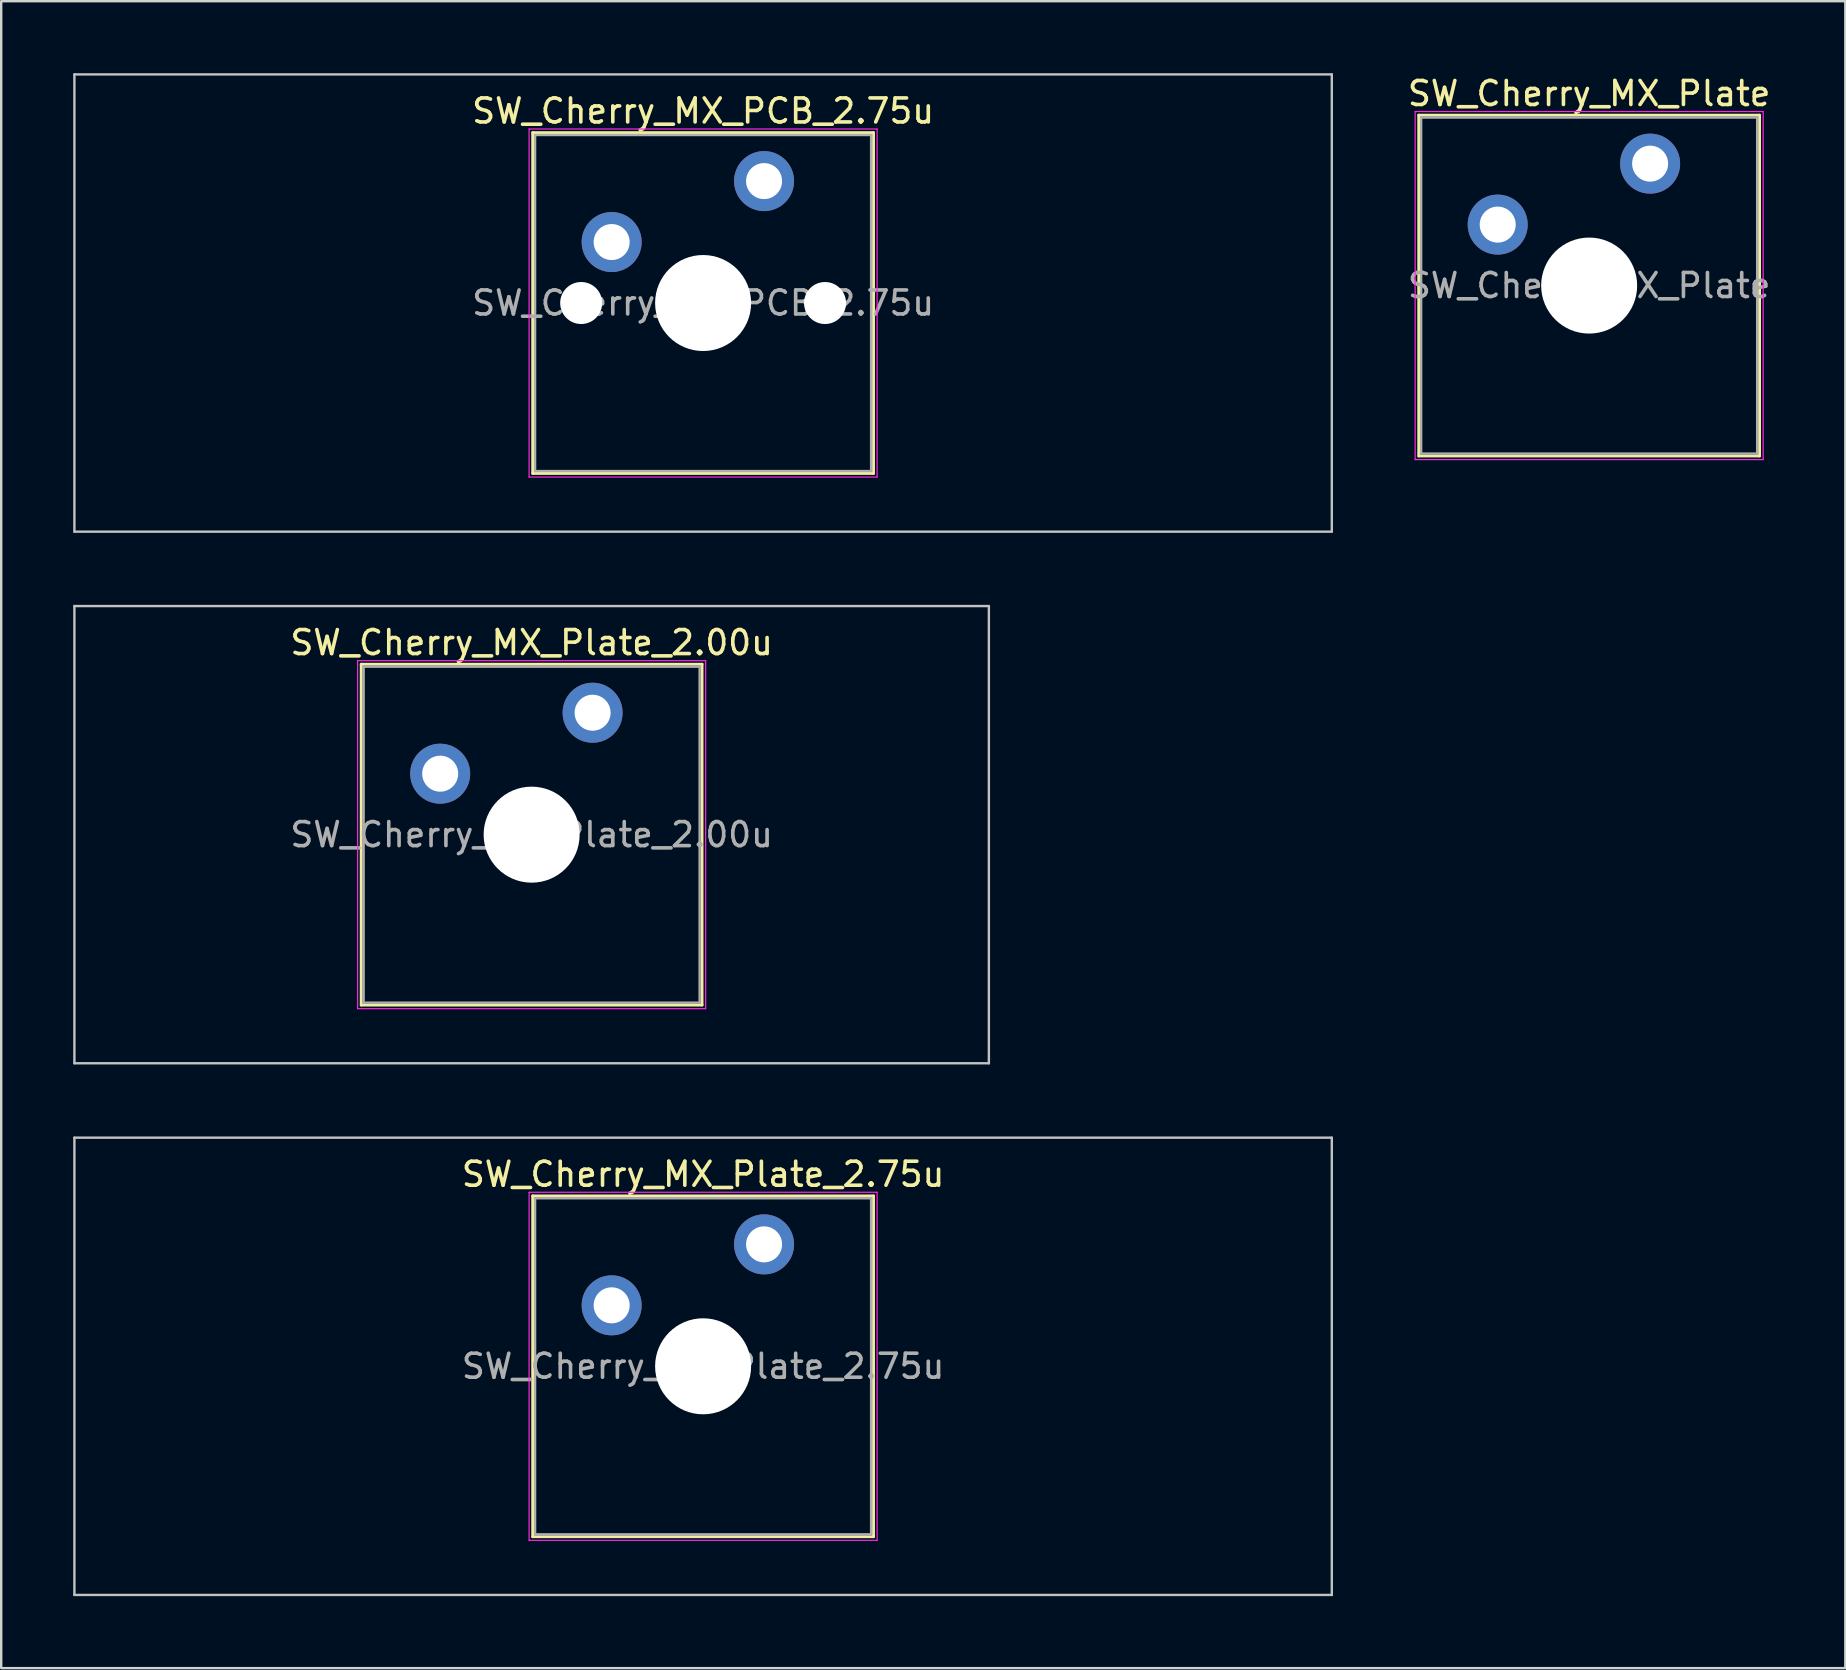
<source format=kicad_pcb>
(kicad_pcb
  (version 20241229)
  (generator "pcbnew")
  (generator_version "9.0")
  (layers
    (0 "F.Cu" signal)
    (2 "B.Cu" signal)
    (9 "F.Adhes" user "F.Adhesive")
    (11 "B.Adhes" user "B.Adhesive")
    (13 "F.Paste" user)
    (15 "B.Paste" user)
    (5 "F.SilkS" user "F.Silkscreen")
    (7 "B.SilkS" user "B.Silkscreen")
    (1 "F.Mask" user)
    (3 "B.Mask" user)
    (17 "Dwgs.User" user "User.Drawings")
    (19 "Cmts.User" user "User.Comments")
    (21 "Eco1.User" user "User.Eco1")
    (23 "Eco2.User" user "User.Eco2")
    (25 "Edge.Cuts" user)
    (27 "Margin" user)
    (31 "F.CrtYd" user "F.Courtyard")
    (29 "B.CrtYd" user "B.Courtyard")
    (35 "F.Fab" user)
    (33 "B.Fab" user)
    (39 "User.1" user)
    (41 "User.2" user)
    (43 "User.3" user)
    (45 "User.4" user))
  (footprint "SW_Cherry_MX_PCB_2.75u"
    (layer "F.Cu")
    (at 26.244 9.575)
    (property "Reference" "SW_Cherry_MX_PCB_2.75u" (at 0 -8 0) (layer "F.SilkS") (effects (font (size 1 1) (thickness 0.15))))
    (attr through_hole)
    (fp_line (start -7.1 -7.1) (end -7.1 7.1) (stroke (width 0.12) (type solid)) (layer "F.SilkS"))
    (fp_line (start -7.1 7.1) (end 7.1 7.1) (stroke (width 0.12) (type solid)) (layer "F.SilkS"))
    (fp_line (start 7.1 -7.1) (end -7.1 -7.1) (stroke (width 0.12) (type solid)) (layer "F.SilkS"))
    (fp_line (start 7.1 7.1) (end 7.1 -7.1) (stroke (width 0.12) (type solid)) (layer "F.SilkS"))
    (fp_line (start -26.194 -9.525) (end -26.194 9.525) (stroke (width 0.1) (type solid)) (layer "Dwgs.User"))
    (fp_line (start -26.194 9.525) (end 26.194 9.525) (stroke (width 0.1) (type solid)) (layer "Dwgs.User"))
    (fp_line (start 26.194 -9.525) (end -26.194 -9.525) (stroke (width 0.1) (type solid)) (layer "Dwgs.User"))
    (fp_line (start 26.194 9.525) (end 26.194 -9.525) (stroke (width 0.1) (type solid)) (layer "Dwgs.User"))
    (fp_line (start -7 -7) (end -7 7) (stroke (width 0.1) (type solid)) (layer "Eco1.User"))
    (fp_line (start -7 7) (end 7 7) (stroke (width 0.1) (type solid)) (layer "Eco1.User"))
    (fp_line (start 7 -7) (end -7 -7) (stroke (width 0.1) (type solid)) (layer "Eco1.User"))
    (fp_line (start 7 7) (end 7 -7) (stroke (width 0.1) (type solid)) (layer "Eco1.User"))
    (fp_line (start -7.25 -7.25) (end -7.25 7.25) (stroke (width 0.05) (type solid)) (layer "F.CrtYd"))
    (fp_line (start -7.25 7.25) (end 7.25 7.25) (stroke (width 0.05) (type solid)) (layer "F.CrtYd"))
    (fp_line (start 7.25 -7.25) (end -7.25 -7.25) (stroke (width 0.05) (type solid)) (layer "F.CrtYd"))
    (fp_line (start 7.25 7.25) (end 7.25 -7.25) (stroke (width 0.05) (type solid)) (layer "F.CrtYd"))
    (fp_line (start -7 -7) (end -7 7) (stroke (width 0.1) (type solid)) (layer "F.Fab"))
    (fp_line (start -7 7) (end 7 7) (stroke (width 0.1) (type solid)) (layer "F.Fab"))
    (fp_line (start 7 -7) (end -7 -7) (stroke (width 0.1) (type solid)) (layer "F.Fab"))
    (fp_line (start 7 7) (end 7 -7) (stroke (width 0.1) (type solid)) (layer "F.Fab"))
    (fp_text user "${REFERENCE}" (at 0 0 0) (layer "F.Fab") (effects (font (size 1 1) (thickness 0.15))))
    (pad "" np_thru_hole circle (at -5.08 0) (size 1.75 1.75) (drill 1.75) (layers "*.Cu" "*.Mask"))
    (pad "" smd circle (at -3.81 -2.54) (size 1.55 1.55) (layers "F.Mask"))
    (pad "" np_thru_hole circle (at 0 0) (size 4 4) (drill 4) (layers "*.Cu" "*.Mask"))
    (pad "" smd circle (at 2.54 -5.08) (size 1.55 1.55) (layers "F.Mask"))
    (pad "" np_thru_hole circle (at 5.08 0) (size 1.75 1.75) (drill 1.75) (layers "*.Cu" "*.Mask"))
    (pad "1" thru_hole circle (at -3.81 -2.54) (size 2.5 2.5) (drill 1.5) (layers "*.Cu" "B.Mask"))
    (pad "2" thru_hole circle (at 2.54 -5.08) (size 2.5 2.5) (drill 1.5) (layers "*.Cu" "B.Mask")))
  (footprint "SW_Cherry_MX_Plate_2.00u"
    (layer "F.Cu")
    (at 19.1 31.725)
    (property "Reference" "SW_Cherry_MX_Plate_2.00u" (at 0 -8 0) (layer "F.SilkS") (effects (font (size 1 1) (thickness 0.15))))
    (attr through_hole)
    (fp_line (start -7.1 -7.1) (end -7.1 7.1) (stroke (width 0.12) (type solid)) (layer "F.SilkS"))
    (fp_line (start -7.1 7.1) (end 7.1 7.1) (stroke (width 0.12) (type solid)) (layer "F.SilkS"))
    (fp_line (start 7.1 -7.1) (end -7.1 -7.1) (stroke (width 0.12) (type solid)) (layer "F.SilkS"))
    (fp_line (start 7.1 7.1) (end 7.1 -7.1) (stroke (width 0.12) (type solid)) (layer "F.SilkS"))
    (fp_line (start -19.05 -9.525) (end -19.05 9.525) (stroke (width 0.1) (type solid)) (layer "Dwgs.User"))
    (fp_line (start -19.05 9.525) (end 19.05 9.525) (stroke (width 0.1) (type solid)) (layer "Dwgs.User"))
    (fp_line (start 19.05 -9.525) (end -19.05 -9.525) (stroke (width 0.1) (type solid)) (layer "Dwgs.User"))
    (fp_line (start 19.05 9.525) (end 19.05 -9.525) (stroke (width 0.1) (type solid)) (layer "Dwgs.User"))
    (fp_line (start -7 -7) (end -7 7) (stroke (width 0.1) (type solid)) (layer "Eco1.User"))
    (fp_line (start -7 7) (end 7 7) (stroke (width 0.1) (type solid)) (layer "Eco1.User"))
    (fp_line (start 7 -7) (end -7 -7) (stroke (width 0.1) (type solid)) (layer "Eco1.User"))
    (fp_line (start 7 7) (end 7 -7) (stroke (width 0.1) (type solid)) (layer "Eco1.User"))
    (fp_line (start -7.25 -7.25) (end -7.25 7.25) (stroke (width 0.05) (type solid)) (layer "F.CrtYd"))
    (fp_line (start -7.25 7.25) (end 7.25 7.25) (stroke (width 0.05) (type solid)) (layer "F.CrtYd"))
    (fp_line (start 7.25 -7.25) (end -7.25 -7.25) (stroke (width 0.05) (type solid)) (layer "F.CrtYd"))
    (fp_line (start 7.25 7.25) (end 7.25 -7.25) (stroke (width 0.05) (type solid)) (layer "F.CrtYd"))
    (fp_line (start -7 -7) (end -7 7) (stroke (width 0.1) (type solid)) (layer "F.Fab"))
    (fp_line (start -7 7) (end 7 7) (stroke (width 0.1) (type solid)) (layer "F.Fab"))
    (fp_line (start 7 -7) (end -7 -7) (stroke (width 0.1) (type solid)) (layer "F.Fab"))
    (fp_line (start 7 7) (end 7 -7) (stroke (width 0.1) (type solid)) (layer "F.Fab"))
    (fp_text user "${REFERENCE}" (at 0 0 0) (layer "F.Fab") (effects (font (size 1 1) (thickness 0.15))))
    (pad "" smd circle (at -3.81 -2.54) (size 1.55 1.55) (layers "F.Mask"))
    (pad "" np_thru_hole circle (at 0 0) (size 4 4) (drill 4) (layers "*.Cu" "*.Mask"))
    (pad "" smd circle (at 2.54 -5.08) (size 1.55 1.55) (layers "F.Mask"))
    (pad "1" thru_hole circle (at -3.81 -2.54) (size 2.5 2.5) (drill 1.5) (layers "*.Cu" "B.Mask"))
    (pad "2" thru_hole circle (at 2.54 -5.08) (size 2.5 2.5) (drill 1.5) (layers "*.Cu" "B.Mask")))
  (footprint "SW_Cherry_MX_Plate_2.75u"
    (layer "F.Cu")
    (at 26.244 53.875)
    (property "Reference" "SW_Cherry_MX_Plate_2.75u" (at 0 -8 0) (layer "F.SilkS") (effects (font (size 1 1) (thickness 0.15))))
    (attr through_hole)
    (fp_line (start -7.1 -7.1) (end -7.1 7.1) (stroke (width 0.12) (type solid)) (layer "F.SilkS"))
    (fp_line (start -7.1 7.1) (end 7.1 7.1) (stroke (width 0.12) (type solid)) (layer "F.SilkS"))
    (fp_line (start 7.1 -7.1) (end -7.1 -7.1) (stroke (width 0.12) (type solid)) (layer "F.SilkS"))
    (fp_line (start 7.1 7.1) (end 7.1 -7.1) (stroke (width 0.12) (type solid)) (layer "F.SilkS"))
    (fp_line (start -26.194 -9.525) (end -26.194 9.525) (stroke (width 0.1) (type solid)) (layer "Dwgs.User"))
    (fp_line (start -26.194 9.525) (end 26.194 9.525) (stroke (width 0.1) (type solid)) (layer "Dwgs.User"))
    (fp_line (start 26.194 -9.525) (end -26.194 -9.525) (stroke (width 0.1) (type solid)) (layer "Dwgs.User"))
    (fp_line (start 26.194 9.525) (end 26.194 -9.525) (stroke (width 0.1) (type solid)) (layer "Dwgs.User"))
    (fp_line (start -7 -7) (end -7 7) (stroke (width 0.1) (type solid)) (layer "Eco1.User"))
    (fp_line (start -7 7) (end 7 7) (stroke (width 0.1) (type solid)) (layer "Eco1.User"))
    (fp_line (start 7 -7) (end -7 -7) (stroke (width 0.1) (type solid)) (layer "Eco1.User"))
    (fp_line (start 7 7) (end 7 -7) (stroke (width 0.1) (type solid)) (layer "Eco1.User"))
    (fp_line (start -7.25 -7.25) (end -7.25 7.25) (stroke (width 0.05) (type solid)) (layer "F.CrtYd"))
    (fp_line (start -7.25 7.25) (end 7.25 7.25) (stroke (width 0.05) (type solid)) (layer "F.CrtYd"))
    (fp_line (start 7.25 -7.25) (end -7.25 -7.25) (stroke (width 0.05) (type solid)) (layer "F.CrtYd"))
    (fp_line (start 7.25 7.25) (end 7.25 -7.25) (stroke (width 0.05) (type solid)) (layer "F.CrtYd"))
    (fp_line (start -7 -7) (end -7 7) (stroke (width 0.1) (type solid)) (layer "F.Fab"))
    (fp_line (start -7 7) (end 7 7) (stroke (width 0.1) (type solid)) (layer "F.Fab"))
    (fp_line (start 7 -7) (end -7 -7) (stroke (width 0.1) (type solid)) (layer "F.Fab"))
    (fp_line (start 7 7) (end 7 -7) (stroke (width 0.1) (type solid)) (layer "F.Fab"))
    (fp_text user "${REFERENCE}" (at 0 0 0) (layer "F.Fab") (effects (font (size 1 1) (thickness 0.15))))
    (pad "" smd circle (at -3.81 -2.54) (size 1.55 1.55) (layers "F.Mask"))
    (pad "" np_thru_hole circle (at 0 0) (size 4 4) (drill 4) (layers "*.Cu" "*.Mask"))
    (pad "" smd circle (at 2.54 -5.08) (size 1.55 1.55) (layers "F.Mask"))
    (pad "1" thru_hole circle (at -3.81 -2.54) (size 2.5 2.5) (drill 1.5) (layers "*.Cu" "B.Mask"))
    (pad "2" thru_hole circle (at 2.54 -5.08) (size 2.5 2.5) (drill 1.5) (layers "*.Cu" "B.Mask")))
  (footprint "SW_Cherry_MX_Plate"
    (layer "F.Cu")
    (at 63.16 8.848)
    (property "Reference" "SW_Cherry_MX_Plate" (at 0 -8 0) (layer "F.SilkS") (effects (font (size 1 1) (thickness 0.15))))
    (attr through_hole)
    (fp_line (start -7.1 -7.1) (end -7.1 7.1) (stroke (width 0.12) (type solid)) (layer "F.SilkS"))
    (fp_line (start -7.1 7.1) (end 7.1 7.1) (stroke (width 0.12) (type solid)) (layer "F.SilkS"))
    (fp_line (start 7.1 -7.1) (end -7.1 -7.1) (stroke (width 0.12) (type solid)) (layer "F.SilkS"))
    (fp_line (start 7.1 7.1) (end 7.1 -7.1) (stroke (width 0.12) (type solid)) (layer "F.SilkS"))
    (fp_line (start -7 -7) (end -7 7) (stroke (width 0.1) (type solid)) (layer "Eco1.User"))
    (fp_line (start -7 7) (end 7 7) (stroke (width 0.1) (type solid)) (layer "Eco1.User"))
    (fp_line (start 7 -7) (end -7 -7) (stroke (width 0.1) (type solid)) (layer "Eco1.User"))
    (fp_line (start 7 7) (end 7 -7) (stroke (width 0.1) (type solid)) (layer "Eco1.User"))
    (fp_line (start -7.25 -7.25) (end -7.25 7.25) (stroke (width 0.05) (type solid)) (layer "F.CrtYd"))
    (fp_line (start -7.25 7.25) (end 7.25 7.25) (stroke (width 0.05) (type solid)) (layer "F.CrtYd"))
    (fp_line (start 7.25 -7.25) (end -7.25 -7.25) (stroke (width 0.05) (type solid)) (layer "F.CrtYd"))
    (fp_line (start 7.25 7.25) (end 7.25 -7.25) (stroke (width 0.05) (type solid)) (layer "F.CrtYd"))
    (fp_line (start -7 -7) (end -7 7) (stroke (width 0.1) (type solid)) (layer "F.Fab"))
    (fp_line (start -7 7) (end 7 7) (stroke (width 0.1) (type solid)) (layer "F.Fab"))
    (fp_line (start 7 -7) (end -7 -7) (stroke (width 0.1) (type solid)) (layer "F.Fab"))
    (fp_line (start 7 7) (end 7 -7) (stroke (width 0.1) (type solid)) (layer "F.Fab"))
    (fp_text user "${REFERENCE}" (at 0 0 0) (layer "F.Fab") (effects (font (size 1 1) (thickness 0.15))))
    (pad "" smd circle (at -3.81 -2.54) (size 1.55 1.55) (layers "F.Mask"))
    (pad "" np_thru_hole circle (at 0 0) (size 4 4) (drill 4) (layers "*.Cu" "*.Mask"))
    (pad "" smd circle (at 2.54 -5.08) (size 1.55 1.55) (layers "F.Mask"))
    (pad "1" thru_hole circle (at -3.81 -2.54) (size 2.5 2.5) (drill 1.5) (layers "*.Cu" "B.Mask"))
    (pad "2" thru_hole circle (at 2.54 -5.08) (size 2.5 2.5) (drill 1.5) (layers "*.Cu" "B.Mask")))
  (gr_rect
    (start -3 -3)
    (end 73.833 66.45)
    (stroke (width 0.1) (type default))
    (fill no)
    (layer "Edge.Cuts")))
</source>
